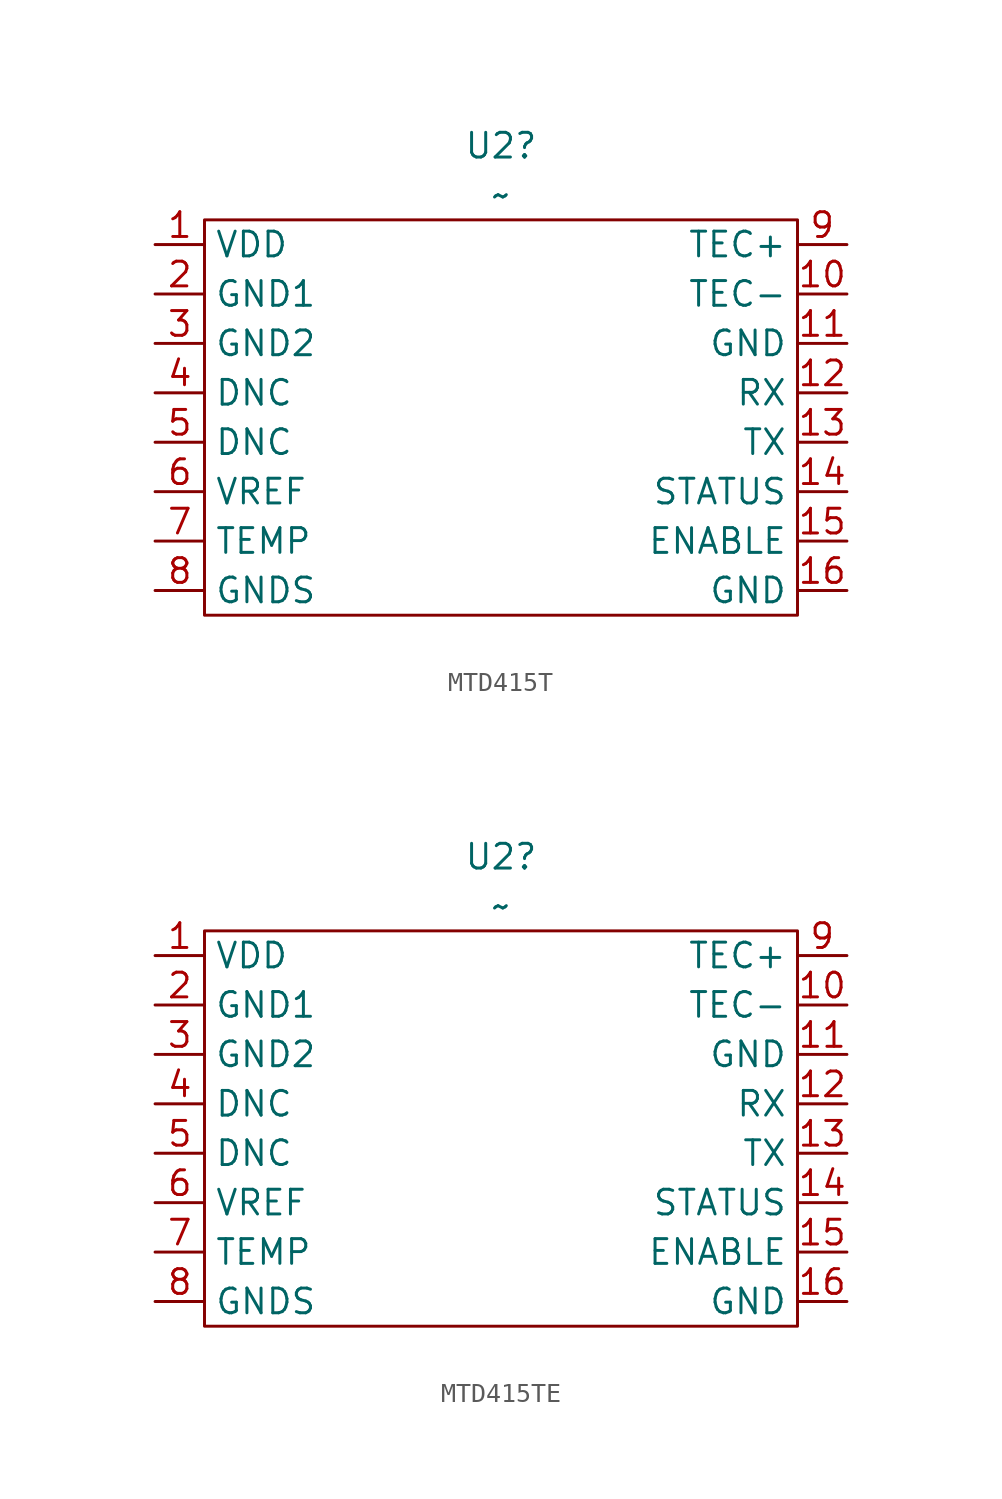
<source format=kicad_sym>
(kicad_symbol_lib
  (version 20231120)
  (generator "kicad_symbol_editor")
  (generator_version "8.0")
  (symbol "MTD415T"
    (property "Reference" "U2"
      (at 0 11.43 0)
      (effects (font (size 1.27 1.27))))
    (property "Value" "~"
      (at 0 8.89 0)
      (effects (font (size 1.27 1.27))))
    (symbol "MTD415T_0_1"
      (rectangle (start -15.24 7.62) (end 15.24 -12.7) (stroke (width 0) (type default)) (fill (type none))))
    (symbol "MTD415T_1_1"
      (pin input line (at -17.78 6.35 0) (length 2.54) (name "VDD" (effects (font (size 1.27 1.27)))) (number "1" (effects (font (size 1.27 1.27)))))
      (pin input line (at 17.78 3.81 180) (length 2.54) (name "TEC-" (effects (font (size 1.27 1.27)))) (number "10" (effects (font (size 1.27 1.27)))))
      (pin input line (at 17.78 1.27 180) (length 2.54) (name "GND" (effects (font (size 1.27 1.27)))) (number "11" (effects (font (size 1.27 1.27)))))
      (pin input line (at 17.78 -1.27 180) (length 2.54) (name "RX" (effects (font (size 1.27 1.27)))) (number "12" (effects (font (size 1.27 1.27)))))
      (pin input line (at 17.78 -3.81 180) (length 2.54) (name "TX" (effects (font (size 1.27 1.27)))) (number "13" (effects (font (size 1.27 1.27)))))
      (pin input line (at 17.78 -6.35 180) (length 2.54) (name "STATUS" (effects (font (size 1.27 1.27)))) (number "14" (effects (font (size 1.27 1.27)))))
      (pin input line (at 17.78 -8.89 180) (length 2.54) (name "ENABLE" (effects (font (size 1.27 1.27)))) (number "15" (effects (font (size 1.27 1.27)))))
      (pin input line (at 17.78 -11.43 180) (length 2.54) (name "GND" (effects (font (size 1.27 1.27)))) (number "16" (effects (font (size 1.27 1.27)))))
      (pin input line (at -17.78 3.81 0) (length 2.54) (name "GND1" (effects (font (size 1.27 1.27)))) (number "2" (effects (font (size 1.27 1.27)))))
      (pin input line (at -17.78 1.27 0) (length 2.54) (name "GND2" (effects (font (size 1.27 1.27)))) (number "3" (effects (font (size 1.27 1.27)))))
      (pin input line (at -17.78 -1.27 0) (length 2.54) (name "DNC" (effects (font (size 1.27 1.27)))) (number "4" (effects (font (size 1.27 1.27)))))
      (pin input line (at -17.78 -3.81 0) (length 2.54) (name "DNC" (effects (font (size 1.27 1.27)))) (number "5" (effects (font (size 1.27 1.27)))))
      (pin input line (at -17.78 -6.35 0) (length 2.54) (name "VREF" (effects (font (size 1.27 1.27)))) (number "6" (effects (font (size 1.27 1.27)))))
      (pin input line (at -17.78 -8.89 0) (length 2.54) (name "TEMP" (effects (font (size 1.27 1.27)))) (number "7" (effects (font (size 1.27 1.27)))))
      (pin input line (at -17.78 -11.43 0) (length 2.54) (name "GNDS" (effects (font (size 1.27 1.27)))) (number "8" (effects (font (size 1.27 1.27)))))
      (pin input line (at 17.78 6.35 180) (length 2.54) (name "TEC+" (effects (font (size 1.27 1.27)))) (number "9" (effects (font (size 1.27 1.27)))))))
  (symbol "MTD415TE"
    (property "Reference" "U2"
      (at 0 11.43 0)
      (effects (font (size 1.27 1.27))))
    (property "Value" "~"
      (at 0 8.89 0)
      (effects (font (size 1.27 1.27))))
    (symbol "MTD415TE_0_1"
      (rectangle (start -15.24 7.62) (end 15.24 -12.7) (stroke (width 0) (type default)) (fill (type none))))
    (symbol "MTD415TE_1_1"
      (pin input line (at -17.78 6.35 0) (length 2.54) (name "VDD" (effects (font (size 1.27 1.27)))) (number "1" (effects (font (size 1.27 1.27)))))
      (pin input line (at 17.78 3.81 180) (length 2.54) (name "TEC-" (effects (font (size 1.27 1.27)))) (number "10" (effects (font (size 1.27 1.27)))))
      (pin input line (at 17.78 1.27 180) (length 2.54) (name "GND" (effects (font (size 1.27 1.27)))) (number "11" (effects (font (size 1.27 1.27)))))
      (pin input line (at 17.78 -1.27 180) (length 2.54) (name "RX" (effects (font (size 1.27 1.27)))) (number "12" (effects (font (size 1.27 1.27)))))
      (pin input line (at 17.78 -3.81 180) (length 2.54) (name "TX" (effects (font (size 1.27 1.27)))) (number "13" (effects (font (size 1.27 1.27)))))
      (pin input line (at 17.78 -6.35 180) (length 2.54) (name "STATUS" (effects (font (size 1.27 1.27)))) (number "14" (effects (font (size 1.27 1.27)))))
      (pin input line (at 17.78 -8.89 180) (length 2.54) (name "ENABLE" (effects (font (size 1.27 1.27)))) (number "15" (effects (font (size 1.27 1.27)))))
      (pin input line (at 17.78 -11.43 180) (length 2.54) (name "GND" (effects (font (size 1.27 1.27)))) (number "16" (effects (font (size 1.27 1.27)))))
      (pin input line (at -17.78 3.81 0) (length 2.54) (name "GND1" (effects (font (size 1.27 1.27)))) (number "2" (effects (font (size 1.27 1.27)))))
      (pin input line (at -17.78 1.27 0) (length 2.54) (name "GND2" (effects (font (size 1.27 1.27)))) (number "3" (effects (font (size 1.27 1.27)))))
      (pin input line (at -17.78 -1.27 0) (length 2.54) (name "DNC" (effects (font (size 1.27 1.27)))) (number "4" (effects (font (size 1.27 1.27)))))
      (pin input line (at -17.78 -3.81 0) (length 2.54) (name "DNC" (effects (font (size 1.27 1.27)))) (number "5" (effects (font (size 1.27 1.27)))))
      (pin input line (at -17.78 -6.35 0) (length 2.54) (name "VREF" (effects (font (size 1.27 1.27)))) (number "6" (effects (font (size 1.27 1.27)))))
      (pin input line (at -17.78 -8.89 0) (length 2.54) (name "TEMP" (effects (font (size 1.27 1.27)))) (number "7" (effects (font (size 1.27 1.27)))))
      (pin input line (at -17.78 -11.43 0) (length 2.54) (name "GNDS" (effects (font (size 1.27 1.27)))) (number "8" (effects (font (size 1.27 1.27)))))
      (pin input line (at 17.78 6.35 180) (length 2.54) (name "TEC+" (effects (font (size 1.27 1.27)))) (number "9" (effects (font (size 1.27 1.27))))))))
</source>
